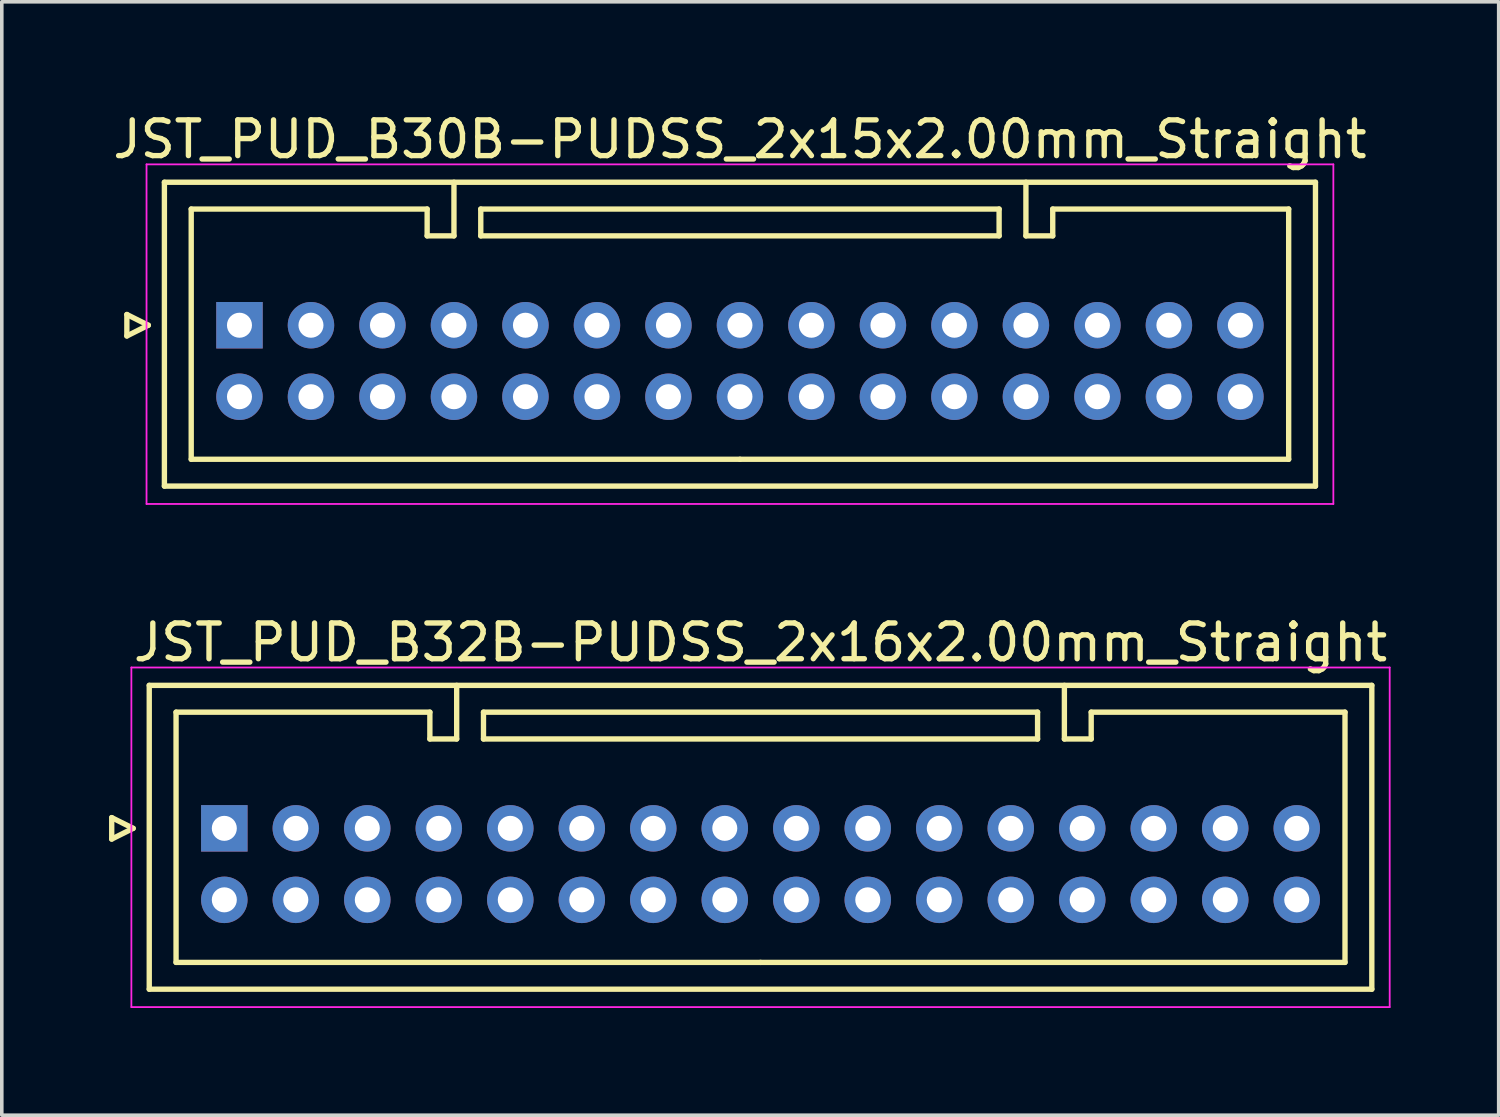
<source format=kicad_pcb>
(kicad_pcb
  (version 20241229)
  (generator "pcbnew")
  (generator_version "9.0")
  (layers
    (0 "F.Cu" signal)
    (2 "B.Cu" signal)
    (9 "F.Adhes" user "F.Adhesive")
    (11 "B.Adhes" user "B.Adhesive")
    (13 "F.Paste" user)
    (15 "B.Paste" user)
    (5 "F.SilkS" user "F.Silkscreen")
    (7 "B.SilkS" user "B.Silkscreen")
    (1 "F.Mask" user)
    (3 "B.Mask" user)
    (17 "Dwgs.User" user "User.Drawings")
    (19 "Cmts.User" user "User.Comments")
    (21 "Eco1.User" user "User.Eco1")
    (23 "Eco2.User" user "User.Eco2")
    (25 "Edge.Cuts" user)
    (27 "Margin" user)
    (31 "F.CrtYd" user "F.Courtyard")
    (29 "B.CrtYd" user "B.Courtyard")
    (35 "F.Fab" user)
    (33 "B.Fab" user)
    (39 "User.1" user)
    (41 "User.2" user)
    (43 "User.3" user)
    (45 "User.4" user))
  (footprint "JST_PUD_B32B-PUDSS_2x16x2.00mm_Straight"
    (layer "F.Cu")
    (at 3.225 20.122)
    (property "Reference" "JST_PUD_B32B-PUDSS_2x16x2.00mm_Straight" (at 15 -5.2 0) (layer "F.SilkS") (effects (font (size 1 1) (thickness 0.15))))
    (attr through_hole)
    (fp_line (start -3.15 -0.3) (end -2.55 0) (stroke (width 0.15) (type solid)) (layer "F.SilkS"))
    (fp_line (start -3.15 0.3) (end -3.15 -0.3) (stroke (width 0.15) (type solid)) (layer "F.SilkS"))
    (fp_line (start -2.55 0) (end -3.15 0.3) (stroke (width 0.15) (type solid)) (layer "F.SilkS"))
    (fp_line (start -2.1 -4) (end -2.1 4.5) (stroke (width 0.15) (type solid)) (layer "F.SilkS"))
    (fp_line (start -2.1 4.5) (end 32.1 4.5) (stroke (width 0.15) (type solid)) (layer "F.SilkS"))
    (fp_line (start -1.35 -3.25) (end -1.35 3.75) (stroke (width 0.15) (type solid)) (layer "F.SilkS"))
    (fp_line (start -1.35 3.75) (end 15 3.75) (stroke (width 0.15) (type solid)) (layer "F.SilkS"))
    (fp_line (start 5.75 -3.25) (end -1.35 -3.25) (stroke (width 0.15) (type solid)) (layer "F.SilkS"))
    (fp_line (start 5.75 -2.5) (end 5.75 -3.25) (stroke (width 0.15) (type solid)) (layer "F.SilkS"))
    (fp_line (start 6.5 -4) (end 6.5 -2.5) (stroke (width 0.15) (type solid)) (layer "F.SilkS"))
    (fp_line (start 6.5 -2.5) (end 5.75 -2.5) (stroke (width 0.15) (type solid)) (layer "F.SilkS"))
    (fp_line (start 7.25 -3.25) (end 7.25 -2.5) (stroke (width 0.15) (type solid)) (layer "F.SilkS"))
    (fp_line (start 7.25 -2.5) (end 22.75 -2.5) (stroke (width 0.15) (type solid)) (layer "F.SilkS"))
    (fp_line (start 22.75 -3.25) (end 7.25 -3.25) (stroke (width 0.15) (type solid)) (layer "F.SilkS"))
    (fp_line (start 22.75 -2.5) (end 22.75 -3.25) (stroke (width 0.15) (type solid)) (layer "F.SilkS"))
    (fp_line (start 23.5 -4) (end 23.5 -2.5) (stroke (width 0.15) (type solid)) (layer "F.SilkS"))
    (fp_line (start 23.5 -2.5) (end 24.25 -2.5) (stroke (width 0.15) (type solid)) (layer "F.SilkS"))
    (fp_line (start 24.25 -3.25) (end 31.35 -3.25) (stroke (width 0.15) (type solid)) (layer "F.SilkS"))
    (fp_line (start 24.25 -2.5) (end 24.25 -3.25) (stroke (width 0.15) (type solid)) (layer "F.SilkS"))
    (fp_line (start 31.35 -3.25) (end 31.35 3.75) (stroke (width 0.15) (type solid)) (layer "F.SilkS"))
    (fp_line (start 31.35 3.75) (end 15 3.75) (stroke (width 0.15) (type solid)) (layer "F.SilkS"))
    (fp_line (start 32.1 -4) (end -2.1 -4) (stroke (width 0.15) (type solid)) (layer "F.SilkS"))
    (fp_line (start 32.1 4.5) (end 32.1 -4) (stroke (width 0.15) (type solid)) (layer "F.SilkS"))
    (fp_line (start -2.6 -4.5) (end -2.6 5) (stroke (width 0.05) (type solid)) (layer "F.CrtYd"))
    (fp_line (start -2.6 5) (end 32.6 5) (stroke (width 0.05) (type solid)) (layer "F.CrtYd"))
    (fp_line (start 32.6 -4.5) (end -2.6 -4.5) (stroke (width 0.05) (type solid)) (layer "F.CrtYd"))
    (fp_line (start 32.6 5) (end 32.6 -4.5) (stroke (width 0.05) (type solid)) (layer "F.CrtYd"))
    (pad "1" thru_hole rect (at 0 0) (size 1.3 1.3) (drill 0.7) (layers "*.Cu" "*.Mask"))
    (pad "2" thru_hole circle (at 0 2) (size 1.3 1.3) (drill 0.7) (layers "*.Cu" "*.Mask"))
    (pad "3" thru_hole circle (at 2 0) (size 1.3 1.3) (drill 0.7) (layers "*.Cu" "*.Mask"))
    (pad "4" thru_hole circle (at 2 2) (size 1.3 1.3) (drill 0.7) (layers "*.Cu" "*.Mask"))
    (pad "5" thru_hole circle (at 4 0) (size 1.3 1.3) (drill 0.7) (layers "*.Cu" "*.Mask"))
    (pad "6" thru_hole circle (at 4 2) (size 1.3 1.3) (drill 0.7) (layers "*.Cu" "*.Mask"))
    (pad "7" thru_hole circle (at 6 0) (size 1.3 1.3) (drill 0.7) (layers "*.Cu" "*.Mask"))
    (pad "8" thru_hole circle (at 6 2) (size 1.3 1.3) (drill 0.7) (layers "*.Cu" "*.Mask"))
    (pad "9" thru_hole circle (at 8 0) (size 1.3 1.3) (drill 0.7) (layers "*.Cu" "*.Mask"))
    (pad "10" thru_hole circle (at 8 2) (size 1.3 1.3) (drill 0.7) (layers "*.Cu" "*.Mask"))
    (pad "11" thru_hole circle (at 10 0) (size 1.3 1.3) (drill 0.7) (layers "*.Cu" "*.Mask"))
    (pad "12" thru_hole circle (at 10 2) (size 1.3 1.3) (drill 0.7) (layers "*.Cu" "*.Mask"))
    (pad "13" thru_hole circle (at 12 0) (size 1.3 1.3) (drill 0.7) (layers "*.Cu" "*.Mask"))
    (pad "14" thru_hole circle (at 12 2) (size 1.3 1.3) (drill 0.7) (layers "*.Cu" "*.Mask"))
    (pad "15" thru_hole circle (at 14 0) (size 1.3 1.3) (drill 0.7) (layers "*.Cu" "*.Mask"))
    (pad "16" thru_hole circle (at 14 2) (size 1.3 1.3) (drill 0.7) (layers "*.Cu" "*.Mask"))
    (pad "17" thru_hole circle (at 16 0) (size 1.3 1.3) (drill 0.7) (layers "*.Cu" "*.Mask"))
    (pad "18" thru_hole circle (at 16 2) (size 1.3 1.3) (drill 0.7) (layers "*.Cu" "*.Mask"))
    (pad "19" thru_hole circle (at 18 0) (size 1.3 1.3) (drill 0.7) (layers "*.Cu" "*.Mask"))
    (pad "20" thru_hole circle (at 18 2) (size 1.3 1.3) (drill 0.7) (layers "*.Cu" "*.Mask"))
    (pad "21" thru_hole circle (at 20 0) (size 1.3 1.3) (drill 0.7) (layers "*.Cu" "*.Mask"))
    (pad "22" thru_hole circle (at 20 2) (size 1.3 1.3) (drill 0.7) (layers "*.Cu" "*.Mask"))
    (pad "23" thru_hole circle (at 22 0) (size 1.3 1.3) (drill 0.7) (layers "*.Cu" "*.Mask"))
    (pad "24" thru_hole circle (at 22 2) (size 1.3 1.3) (drill 0.7) (layers "*.Cu" "*.Mask"))
    (pad "25" thru_hole circle (at 24 0) (size 1.3 1.3) (drill 0.7) (layers "*.Cu" "*.Mask"))
    (pad "26" thru_hole circle (at 24 2) (size 1.3 1.3) (drill 0.7) (layers "*.Cu" "*.Mask"))
    (pad "27" thru_hole circle (at 26 0) (size 1.3 1.3) (drill 0.7) (layers "*.Cu" "*.Mask"))
    (pad "28" thru_hole circle (at 26 2) (size 1.3 1.3) (drill 0.7) (layers "*.Cu" "*.Mask"))
    (pad "29" thru_hole circle (at 28 0) (size 1.3 1.3) (drill 0.7) (layers "*.Cu" "*.Mask"))
    (pad "30" thru_hole circle (at 28 2) (size 1.3 1.3) (drill 0.7) (layers "*.Cu" "*.Mask"))
    (pad "31" thru_hole circle (at 30 0) (size 1.3 1.3) (drill 0.7) (layers "*.Cu" "*.Mask"))
    (pad "32" thru_hole circle (at 30 2) (size 1.3 1.3) (drill 0.7) (layers "*.Cu" "*.Mask")))
  (footprint "JST_PUD_B30B-PUDSS_2x15x2.00mm_Straight"
    (layer "F.Cu")
    (at 3.649 6.048)
    (property "Reference" "JST_PUD_B30B-PUDSS_2x15x2.00mm_Straight" (at 14 -5.2 0) (layer "F.SilkS") (effects (font (size 1 1) (thickness 0.15))))
    (attr through_hole)
    (fp_line (start -3.15 -0.3) (end -2.55 0) (stroke (width 0.15) (type solid)) (layer "F.SilkS"))
    (fp_line (start -3.15 0.3) (end -3.15 -0.3) (stroke (width 0.15) (type solid)) (layer "F.SilkS"))
    (fp_line (start -2.55 0) (end -3.15 0.3) (stroke (width 0.15) (type solid)) (layer "F.SilkS"))
    (fp_line (start -2.1 -4) (end -2.1 4.5) (stroke (width 0.15) (type solid)) (layer "F.SilkS"))
    (fp_line (start -2.1 4.5) (end 30.1 4.5) (stroke (width 0.15) (type solid)) (layer "F.SilkS"))
    (fp_line (start -1.35 -3.25) (end -1.35 3.75) (stroke (width 0.15) (type solid)) (layer "F.SilkS"))
    (fp_line (start -1.35 3.75) (end 14 3.75) (stroke (width 0.15) (type solid)) (layer "F.SilkS"))
    (fp_line (start 5.25 -3.25) (end -1.35 -3.25) (stroke (width 0.15) (type solid)) (layer "F.SilkS"))
    (fp_line (start 5.25 -2.5) (end 5.25 -3.25) (stroke (width 0.15) (type solid)) (layer "F.SilkS"))
    (fp_line (start 6 -4) (end 6 -2.5) (stroke (width 0.15) (type solid)) (layer "F.SilkS"))
    (fp_line (start 6 -2.5) (end 5.25 -2.5) (stroke (width 0.15) (type solid)) (layer "F.SilkS"))
    (fp_line (start 6.75 -3.25) (end 6.75 -2.5) (stroke (width 0.15) (type solid)) (layer "F.SilkS"))
    (fp_line (start 6.75 -2.5) (end 21.25 -2.5) (stroke (width 0.15) (type solid)) (layer "F.SilkS"))
    (fp_line (start 21.25 -3.25) (end 6.75 -3.25) (stroke (width 0.15) (type solid)) (layer "F.SilkS"))
    (fp_line (start 21.25 -2.5) (end 21.25 -3.25) (stroke (width 0.15) (type solid)) (layer "F.SilkS"))
    (fp_line (start 22 -4) (end 22 -2.5) (stroke (width 0.15) (type solid)) (layer "F.SilkS"))
    (fp_line (start 22 -2.5) (end 22.75 -2.5) (stroke (width 0.15) (type solid)) (layer "F.SilkS"))
    (fp_line (start 22.75 -3.25) (end 29.35 -3.25) (stroke (width 0.15) (type solid)) (layer "F.SilkS"))
    (fp_line (start 22.75 -2.5) (end 22.75 -3.25) (stroke (width 0.15) (type solid)) (layer "F.SilkS"))
    (fp_line (start 29.35 -3.25) (end 29.35 3.75) (stroke (width 0.15) (type solid)) (layer "F.SilkS"))
    (fp_line (start 29.35 3.75) (end 14 3.75) (stroke (width 0.15) (type solid)) (layer "F.SilkS"))
    (fp_line (start 30.1 -4) (end -2.1 -4) (stroke (width 0.15) (type solid)) (layer "F.SilkS"))
    (fp_line (start 30.1 4.5) (end 30.1 -4) (stroke (width 0.15) (type solid)) (layer "F.SilkS"))
    (fp_line (start -2.6 -4.5) (end -2.6 5) (stroke (width 0.05) (type solid)) (layer "F.CrtYd"))
    (fp_line (start -2.6 5) (end 30.6 5) (stroke (width 0.05) (type solid)) (layer "F.CrtYd"))
    (fp_line (start 30.6 -4.5) (end -2.6 -4.5) (stroke (width 0.05) (type solid)) (layer "F.CrtYd"))
    (fp_line (start 30.6 5) (end 30.6 -4.5) (stroke (width 0.05) (type solid)) (layer "F.CrtYd"))
    (pad "1" thru_hole rect (at 0 0) (size 1.3 1.3) (drill 0.7) (layers "*.Cu" "*.Mask"))
    (pad "2" thru_hole circle (at 0 2) (size 1.3 1.3) (drill 0.7) (layers "*.Cu" "*.Mask"))
    (pad "3" thru_hole circle (at 2 0) (size 1.3 1.3) (drill 0.7) (layers "*.Cu" "*.Mask"))
    (pad "4" thru_hole circle (at 2 2) (size 1.3 1.3) (drill 0.7) (layers "*.Cu" "*.Mask"))
    (pad "5" thru_hole circle (at 4 0) (size 1.3 1.3) (drill 0.7) (layers "*.Cu" "*.Mask"))
    (pad "6" thru_hole circle (at 4 2) (size 1.3 1.3) (drill 0.7) (layers "*.Cu" "*.Mask"))
    (pad "7" thru_hole circle (at 6 0) (size 1.3 1.3) (drill 0.7) (layers "*.Cu" "*.Mask"))
    (pad "8" thru_hole circle (at 6 2) (size 1.3 1.3) (drill 0.7) (layers "*.Cu" "*.Mask"))
    (pad "9" thru_hole circle (at 8 0) (size 1.3 1.3) (drill 0.7) (layers "*.Cu" "*.Mask"))
    (pad "10" thru_hole circle (at 8 2) (size 1.3 1.3) (drill 0.7) (layers "*.Cu" "*.Mask"))
    (pad "11" thru_hole circle (at 10 0) (size 1.3 1.3) (drill 0.7) (layers "*.Cu" "*.Mask"))
    (pad "12" thru_hole circle (at 10 2) (size 1.3 1.3) (drill 0.7) (layers "*.Cu" "*.Mask"))
    (pad "13" thru_hole circle (at 12 0) (size 1.3 1.3) (drill 0.7) (layers "*.Cu" "*.Mask"))
    (pad "14" thru_hole circle (at 12 2) (size 1.3 1.3) (drill 0.7) (layers "*.Cu" "*.Mask"))
    (pad "15" thru_hole circle (at 14 0) (size 1.3 1.3) (drill 0.7) (layers "*.Cu" "*.Mask"))
    (pad "16" thru_hole circle (at 14 2) (size 1.3 1.3) (drill 0.7) (layers "*.Cu" "*.Mask"))
    (pad "17" thru_hole circle (at 16 0) (size 1.3 1.3) (drill 0.7) (layers "*.Cu" "*.Mask"))
    (pad "18" thru_hole circle (at 16 2) (size 1.3 1.3) (drill 0.7) (layers "*.Cu" "*.Mask"))
    (pad "19" thru_hole circle (at 18 0) (size 1.3 1.3) (drill 0.7) (layers "*.Cu" "*.Mask"))
    (pad "20" thru_hole circle (at 18 2) (size 1.3 1.3) (drill 0.7) (layers "*.Cu" "*.Mask"))
    (pad "21" thru_hole circle (at 20 0) (size 1.3 1.3) (drill 0.7) (layers "*.Cu" "*.Mask"))
    (pad "22" thru_hole circle (at 20 2) (size 1.3 1.3) (drill 0.7) (layers "*.Cu" "*.Mask"))
    (pad "23" thru_hole circle (at 22 0) (size 1.3 1.3) (drill 0.7) (layers "*.Cu" "*.Mask"))
    (pad "24" thru_hole circle (at 22 2) (size 1.3 1.3) (drill 0.7) (layers "*.Cu" "*.Mask"))
    (pad "25" thru_hole circle (at 24 0) (size 1.3 1.3) (drill 0.7) (layers "*.Cu" "*.Mask"))
    (pad "26" thru_hole circle (at 24 2) (size 1.3 1.3) (drill 0.7) (layers "*.Cu" "*.Mask"))
    (pad "27" thru_hole circle (at 26 0) (size 1.3 1.3) (drill 0.7) (layers "*.Cu" "*.Mask"))
    (pad "28" thru_hole circle (at 26 2) (size 1.3 1.3) (drill 0.7) (layers "*.Cu" "*.Mask"))
    (pad "29" thru_hole circle (at 28 0) (size 1.3 1.3) (drill 0.7) (layers "*.Cu" "*.Mask"))
    (pad "30" thru_hole circle (at 28 2) (size 1.3 1.3) (drill 0.7) (layers "*.Cu" "*.Mask")))
  (gr_rect
    (start -3 -3)
    (end 38.874 28.146)
    (stroke (width 0.1) (type default))
    (fill no)
    (layer "Edge.Cuts")))
</source>
